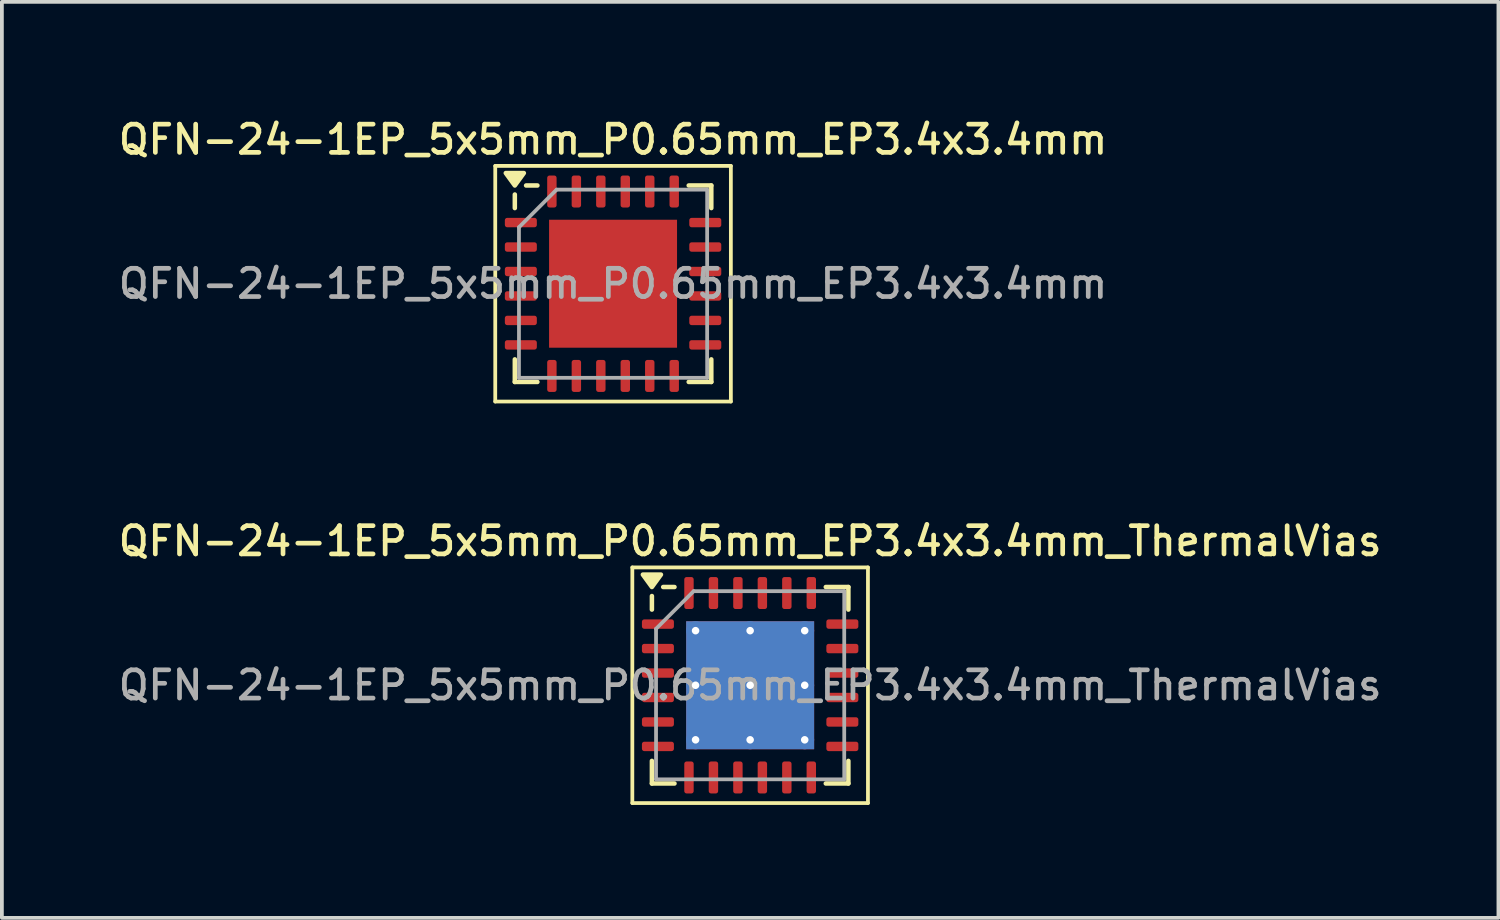
<source format=kicad_pcb>
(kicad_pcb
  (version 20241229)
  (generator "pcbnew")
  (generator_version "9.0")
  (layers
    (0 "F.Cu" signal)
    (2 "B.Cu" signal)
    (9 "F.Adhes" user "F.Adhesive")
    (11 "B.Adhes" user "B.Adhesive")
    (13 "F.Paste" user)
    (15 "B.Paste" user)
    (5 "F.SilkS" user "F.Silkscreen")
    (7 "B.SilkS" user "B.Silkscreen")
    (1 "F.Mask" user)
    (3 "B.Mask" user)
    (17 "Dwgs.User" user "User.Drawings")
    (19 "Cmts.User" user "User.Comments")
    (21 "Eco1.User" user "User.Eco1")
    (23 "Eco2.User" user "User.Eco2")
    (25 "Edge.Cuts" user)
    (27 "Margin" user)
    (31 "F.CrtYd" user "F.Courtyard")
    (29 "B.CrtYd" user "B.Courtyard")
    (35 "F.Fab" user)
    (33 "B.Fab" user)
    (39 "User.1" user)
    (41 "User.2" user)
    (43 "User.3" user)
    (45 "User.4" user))
  (footprint "QFN-24-1EP_5x5mm_P0.65mm_EP3.4x3.4mm_ThermalVias"
    (layer "F.Cu")
    (at 16.88 15.156)
    (property "Reference" "QFN-24-1EP_5x5mm_P0.65mm_EP3.4x3.4mm_ThermalVias" (at 0 -3.83 0) (layer "F.SilkS") (effects (font (size 0.75 0.75) (thickness 0.125))))
    (attr smd)
    (fp_line (start -3.13 -3.13) (end -3.13 3.13) (stroke (width 0.1) (type solid)) (layer "F.SilkS"))
    (fp_line (start -3.13 3.13) (end 3.13 3.13) (stroke (width 0.1) (type solid)) (layer "F.SilkS"))
    (fp_line (start -2.61 -2.01) (end -2.61 -2.37) (stroke (width 0.12) (type solid)) (layer "F.SilkS"))
    (fp_line (start -2.61 2.61) (end -2.61 2.01) (stroke (width 0.12) (type solid)) (layer "F.SilkS"))
    (fp_line (start -2.01 -2.61) (end -2.31 -2.61) (stroke (width 0.12) (type solid)) (layer "F.SilkS"))
    (fp_line (start -2.01 2.61) (end -2.61 2.61) (stroke (width 0.12) (type solid)) (layer "F.SilkS"))
    (fp_line (start 2.01 -2.61) (end 2.61 -2.61) (stroke (width 0.12) (type solid)) (layer "F.SilkS"))
    (fp_line (start 2.01 2.61) (end 2.61 2.61) (stroke (width 0.12) (type solid)) (layer "F.SilkS"))
    (fp_line (start 2.61 -2.61) (end 2.61 -2.01) (stroke (width 0.12) (type solid)) (layer "F.SilkS"))
    (fp_line (start 2.61 2.61) (end 2.61 2.01) (stroke (width 0.12) (type solid)) (layer "F.SilkS"))
    (fp_line (start 3.13 -3.13) (end -3.13 -3.13) (stroke (width 0.1) (type solid)) (layer "F.SilkS"))
    (fp_line (start 3.13 3.13) (end 3.13 -3.13) (stroke (width 0.1) (type solid)) (layer "F.SilkS"))
    (fp_poly (pts (xy -2.61 -2.61) (xy -2.85 -2.94) (xy -2.37 -2.94) (xy -2.61 -2.61)) (stroke (width 0.12) (type solid)) (fill yes) (layer "F.SilkS"))
    (fp_line (start -2.5 -1.5) (end -1.5 -2.5) (stroke (width 0.1) (type solid)) (layer "F.Fab"))
    (fp_line (start -2.5 2.5) (end -2.5 -1.5) (stroke (width 0.1) (type solid)) (layer "F.Fab"))
    (fp_line (start -1.5 -2.5) (end 2.5 -2.5) (stroke (width 0.1) (type solid)) (layer "F.Fab"))
    (fp_line (start 2.5 -2.5) (end 2.5 2.5) (stroke (width 0.1) (type solid)) (layer "F.Fab"))
    (fp_line (start 2.5 2.5) (end -2.5 2.5) (stroke (width 0.1) (type solid)) (layer "F.Fab"))
    (fp_text user "${REFERENCE}" (at 0 0 0) (layer "F.Fab") (effects (font (size 0.75 0.75) (thickness 0.125))))
    (pad "" smd roundrect (at -0.85 -0.85) (size 1.47 1.47) (layers "F.Paste") (roundrect_rratio 0.17))
    (pad "" smd roundrect (at -0.85 0.85) (size 1.47 1.47) (layers "F.Paste") (roundrect_rratio 0.17))
    (pad "" smd roundrect (at 0.85 -0.85) (size 1.47 1.47) (layers "F.Paste") (roundrect_rratio 0.17))
    (pad "" smd roundrect (at 0.85 0.85) (size 1.47 1.47) (layers "F.Paste") (roundrect_rratio 0.17))
    (pad "1" smd roundrect (at -2.45 -1.625) (size 0.85 0.25) (layers "F.Cu" "F.Mask" "F.Paste") (roundrect_rratio 0.25))
    (pad "2" smd roundrect (at -2.45 -0.975) (size 0.85 0.25) (layers "F.Cu" "F.Mask" "F.Paste") (roundrect_rratio 0.25))
    (pad "3" smd roundrect (at -2.45 -0.325) (size 0.85 0.25) (layers "F.Cu" "F.Mask" "F.Paste") (roundrect_rratio 0.25))
    (pad "4" smd roundrect (at -2.45 0.325) (size 0.85 0.25) (layers "F.Cu" "F.Mask" "F.Paste") (roundrect_rratio 0.25))
    (pad "5" smd roundrect (at -2.45 0.975) (size 0.85 0.25) (layers "F.Cu" "F.Mask" "F.Paste") (roundrect_rratio 0.25))
    (pad "6" smd roundrect (at -2.45 1.625) (size 0.85 0.25) (layers "F.Cu" "F.Mask" "F.Paste") (roundrect_rratio 0.25))
    (pad "7" smd roundrect (at -1.625 2.45) (size 0.25 0.85) (layers "F.Cu" "F.Mask" "F.Paste") (roundrect_rratio 0.25))
    (pad "8" smd roundrect (at -0.975 2.45) (size 0.25 0.85) (layers "F.Cu" "F.Mask" "F.Paste") (roundrect_rratio 0.25))
    (pad "9" smd roundrect (at -0.325 2.45) (size 0.25 0.85) (layers "F.Cu" "F.Mask" "F.Paste") (roundrect_rratio 0.25))
    (pad "10" smd roundrect (at 0.325 2.45) (size 0.25 0.85) (layers "F.Cu" "F.Mask" "F.Paste") (roundrect_rratio 0.25))
    (pad "11" smd roundrect (at 0.975 2.45) (size 0.25 0.85) (layers "F.Cu" "F.Mask" "F.Paste") (roundrect_rratio 0.25))
    (pad "12" smd roundrect (at 1.625 2.45) (size 0.25 0.85) (layers "F.Cu" "F.Mask" "F.Paste") (roundrect_rratio 0.25))
    (pad "13" smd roundrect (at 2.45 1.625) (size 0.85 0.25) (layers "F.Cu" "F.Mask" "F.Paste") (roundrect_rratio 0.25))
    (pad "14" smd roundrect (at 2.45 0.975) (size 0.85 0.25) (layers "F.Cu" "F.Mask" "F.Paste") (roundrect_rratio 0.25))
    (pad "15" smd roundrect (at 2.45 0.325) (size 0.85 0.25) (layers "F.Cu" "F.Mask" "F.Paste") (roundrect_rratio 0.25))
    (pad "16" smd roundrect (at 2.45 -0.325) (size 0.85 0.25) (layers "F.Cu" "F.Mask" "F.Paste") (roundrect_rratio 0.25))
    (pad "17" smd roundrect (at 2.45 -0.975) (size 0.85 0.25) (layers "F.Cu" "F.Mask" "F.Paste") (roundrect_rratio 0.25))
    (pad "18" smd roundrect (at 2.45 -1.625) (size 0.85 0.25) (layers "F.Cu" "F.Mask" "F.Paste") (roundrect_rratio 0.25))
    (pad "19" smd roundrect (at 1.625 -2.45) (size 0.25 0.85) (layers "F.Cu" "F.Mask" "F.Paste") (roundrect_rratio 0.25))
    (pad "20" smd roundrect (at 0.975 -2.45) (size 0.25 0.85) (layers "F.Cu" "F.Mask" "F.Paste") (roundrect_rratio 0.25))
    (pad "21" smd roundrect (at 0.325 -2.45) (size 0.25 0.85) (layers "F.Cu" "F.Mask" "F.Paste") (roundrect_rratio 0.25))
    (pad "22" smd roundrect (at -0.325 -2.45) (size 0.25 0.85) (layers "F.Cu" "F.Mask" "F.Paste") (roundrect_rratio 0.25))
    (pad "23" smd roundrect (at -0.975 -2.45) (size 0.25 0.85) (layers "F.Cu" "F.Mask" "F.Paste") (roundrect_rratio 0.25))
    (pad "24" smd roundrect (at -1.625 -2.45) (size 0.25 0.85) (layers "F.Cu" "F.Mask" "F.Paste") (roundrect_rratio 0.25))
    (pad "25" thru_hole circle (at -1.45 -1.45) (size 0.5 0.5) (drill 0.2) (property pad_prop_heatsink) (layers "*.Cu"))
    (pad "25" thru_hole circle (at -1.45 0) (size 0.5 0.5) (drill 0.2) (property pad_prop_heatsink) (layers "*.Cu"))
    (pad "25" thru_hole circle (at -1.45 1.45) (size 0.5 0.5) (drill 0.2) (property pad_prop_heatsink) (layers "*.Cu"))
    (pad "25" thru_hole circle (at 0 -1.45) (size 0.5 0.5) (drill 0.2) (property pad_prop_heatsink) (layers "*.Cu"))
    (pad "25" thru_hole circle (at 0 0) (size 0.5 0.5) (drill 0.2) (property pad_prop_heatsink) (layers "*.Cu"))
    (pad "25" smd rect (at 0 0) (size 3.4 3.4) (property pad_prop_heatsink) (layers "F.Cu" "F.Mask"))
    (pad "25" smd rect (at 0 0) (size 3.4 3.4) (property pad_prop_heatsink) (layers "B.Cu"))
    (pad "25" thru_hole circle (at 0 1.45) (size 0.5 0.5) (drill 0.2) (property pad_prop_heatsink) (layers "*.Cu"))
    (pad "25" thru_hole circle (at 1.45 -1.45) (size 0.5 0.5) (drill 0.2) (property pad_prop_heatsink) (layers "*.Cu"))
    (pad "25" thru_hole circle (at 1.45 0) (size 0.5 0.5) (drill 0.2) (property pad_prop_heatsink) (layers "*.Cu"))
    (pad "25" thru_hole circle (at 1.45 1.45) (size 0.5 0.5) (drill 0.2) (property pad_prop_heatsink) (layers "*.Cu")))
  (footprint "QFN-24-1EP_5x5mm_P0.65mm_EP3.4x3.4mm"
    (layer "F.Cu")
    (at 13.238 4.488)
    (property "Reference" "QFN-24-1EP_5x5mm_P0.65mm_EP3.4x3.4mm" (at 0 -3.83 0) (layer "F.SilkS") (effects (font (size 0.75 0.75) (thickness 0.125))))
    (attr smd)
    (fp_line (start -3.13 -3.13) (end -3.13 3.13) (stroke (width 0.1) (type solid)) (layer "F.SilkS"))
    (fp_line (start -3.13 3.13) (end 3.13 3.13) (stroke (width 0.1) (type solid)) (layer "F.SilkS"))
    (fp_line (start -2.61 -2.01) (end -2.61 -2.37) (stroke (width 0.12) (type solid)) (layer "F.SilkS"))
    (fp_line (start -2.61 2.61) (end -2.61 2.01) (stroke (width 0.12) (type solid)) (layer "F.SilkS"))
    (fp_line (start -2.01 -2.61) (end -2.31 -2.61) (stroke (width 0.12) (type solid)) (layer "F.SilkS"))
    (fp_line (start -2.01 2.61) (end -2.61 2.61) (stroke (width 0.12) (type solid)) (layer "F.SilkS"))
    (fp_line (start 2.01 -2.61) (end 2.61 -2.61) (stroke (width 0.12) (type solid)) (layer "F.SilkS"))
    (fp_line (start 2.01 2.61) (end 2.61 2.61) (stroke (width 0.12) (type solid)) (layer "F.SilkS"))
    (fp_line (start 2.61 -2.61) (end 2.61 -2.01) (stroke (width 0.12) (type solid)) (layer "F.SilkS"))
    (fp_line (start 2.61 2.61) (end 2.61 2.01) (stroke (width 0.12) (type solid)) (layer "F.SilkS"))
    (fp_line (start 3.13 -3.13) (end -3.13 -3.13) (stroke (width 0.1) (type solid)) (layer "F.SilkS"))
    (fp_line (start 3.13 3.13) (end 3.13 -3.13) (stroke (width 0.1) (type solid)) (layer "F.SilkS"))
    (fp_poly (pts (xy -2.61 -2.61) (xy -2.85 -2.94) (xy -2.37 -2.94) (xy -2.61 -2.61)) (stroke (width 0.12) (type solid)) (fill yes) (layer "F.SilkS"))
    (fp_line (start -2.5 -1.5) (end -1.5 -2.5) (stroke (width 0.1) (type solid)) (layer "F.Fab"))
    (fp_line (start -2.5 2.5) (end -2.5 -1.5) (stroke (width 0.1) (type solid)) (layer "F.Fab"))
    (fp_line (start -1.5 -2.5) (end 2.5 -2.5) (stroke (width 0.1) (type solid)) (layer "F.Fab"))
    (fp_line (start 2.5 -2.5) (end 2.5 2.5) (stroke (width 0.1) (type solid)) (layer "F.Fab"))
    (fp_line (start 2.5 2.5) (end -2.5 2.5) (stroke (width 0.1) (type solid)) (layer "F.Fab"))
    (fp_text user "${REFERENCE}" (at 0 0 0) (layer "F.Fab") (effects (font (size 0.75 0.75) (thickness 0.125))))
    (pad "" smd roundrect (at -0.85 -0.85) (size 1.37 1.37) (layers "F.Paste") (roundrect_rratio 0.182))
    (pad "" smd roundrect (at -0.85 0.85) (size 1.37 1.37) (layers "F.Paste") (roundrect_rratio 0.182))
    (pad "" smd roundrect (at 0.85 -0.85) (size 1.37 1.37) (layers "F.Paste") (roundrect_rratio 0.182))
    (pad "" smd roundrect (at 0.85 0.85) (size 1.37 1.37) (layers "F.Paste") (roundrect_rratio 0.182))
    (pad "1" smd roundrect (at -2.45 -1.625) (size 0.85 0.25) (layers "F.Cu" "F.Mask" "F.Paste") (roundrect_rratio 0.25))
    (pad "2" smd roundrect (at -2.45 -0.975) (size 0.85 0.25) (layers "F.Cu" "F.Mask" "F.Paste") (roundrect_rratio 0.25))
    (pad "3" smd roundrect (at -2.45 -0.325) (size 0.85 0.25) (layers "F.Cu" "F.Mask" "F.Paste") (roundrect_rratio 0.25))
    (pad "4" smd roundrect (at -2.45 0.325) (size 0.85 0.25) (layers "F.Cu" "F.Mask" "F.Paste") (roundrect_rratio 0.25))
    (pad "5" smd roundrect (at -2.45 0.975) (size 0.85 0.25) (layers "F.Cu" "F.Mask" "F.Paste") (roundrect_rratio 0.25))
    (pad "6" smd roundrect (at -2.45 1.625) (size 0.85 0.25) (layers "F.Cu" "F.Mask" "F.Paste") (roundrect_rratio 0.25))
    (pad "7" smd roundrect (at -1.625 2.45) (size 0.25 0.85) (layers "F.Cu" "F.Mask" "F.Paste") (roundrect_rratio 0.25))
    (pad "8" smd roundrect (at -0.975 2.45) (size 0.25 0.85) (layers "F.Cu" "F.Mask" "F.Paste") (roundrect_rratio 0.25))
    (pad "9" smd roundrect (at -0.325 2.45) (size 0.25 0.85) (layers "F.Cu" "F.Mask" "F.Paste") (roundrect_rratio 0.25))
    (pad "10" smd roundrect (at 0.325 2.45) (size 0.25 0.85) (layers "F.Cu" "F.Mask" "F.Paste") (roundrect_rratio 0.25))
    (pad "11" smd roundrect (at 0.975 2.45) (size 0.25 0.85) (layers "F.Cu" "F.Mask" "F.Paste") (roundrect_rratio 0.25))
    (pad "12" smd roundrect (at 1.625 2.45) (size 0.25 0.85) (layers "F.Cu" "F.Mask" "F.Paste") (roundrect_rratio 0.25))
    (pad "13" smd roundrect (at 2.45 1.625) (size 0.85 0.25) (layers "F.Cu" "F.Mask" "F.Paste") (roundrect_rratio 0.25))
    (pad "14" smd roundrect (at 2.45 0.975) (size 0.85 0.25) (layers "F.Cu" "F.Mask" "F.Paste") (roundrect_rratio 0.25))
    (pad "15" smd roundrect (at 2.45 0.325) (size 0.85 0.25) (layers "F.Cu" "F.Mask" "F.Paste") (roundrect_rratio 0.25))
    (pad "16" smd roundrect (at 2.45 -0.325) (size 0.85 0.25) (layers "F.Cu" "F.Mask" "F.Paste") (roundrect_rratio 0.25))
    (pad "17" smd roundrect (at 2.45 -0.975) (size 0.85 0.25) (layers "F.Cu" "F.Mask" "F.Paste") (roundrect_rratio 0.25))
    (pad "18" smd roundrect (at 2.45 -1.625) (size 0.85 0.25) (layers "F.Cu" "F.Mask" "F.Paste") (roundrect_rratio 0.25))
    (pad "19" smd roundrect (at 1.625 -2.45) (size 0.25 0.85) (layers "F.Cu" "F.Mask" "F.Paste") (roundrect_rratio 0.25))
    (pad "20" smd roundrect (at 0.975 -2.45) (size 0.25 0.85) (layers "F.Cu" "F.Mask" "F.Paste") (roundrect_rratio 0.25))
    (pad "21" smd roundrect (at 0.325 -2.45) (size 0.25 0.85) (layers "F.Cu" "F.Mask" "F.Paste") (roundrect_rratio 0.25))
    (pad "22" smd roundrect (at -0.325 -2.45) (size 0.25 0.85) (layers "F.Cu" "F.Mask" "F.Paste") (roundrect_rratio 0.25))
    (pad "23" smd roundrect (at -0.975 -2.45) (size 0.25 0.85) (layers "F.Cu" "F.Mask" "F.Paste") (roundrect_rratio 0.25))
    (pad "24" smd roundrect (at -1.625 -2.45) (size 0.25 0.85) (layers "F.Cu" "F.Mask" "F.Paste") (roundrect_rratio 0.25))
    (pad "25" smd rect (at 0 0) (size 3.4 3.4) (property pad_prop_heatsink) (layers "F.Cu" "F.Mask")))
  (gr_rect
    (start -3 -3)
    (end 36.761 21.336)
    (stroke (width 0.1) (type default))
    (fill no)
    (layer "Edge.Cuts")))
</source>
